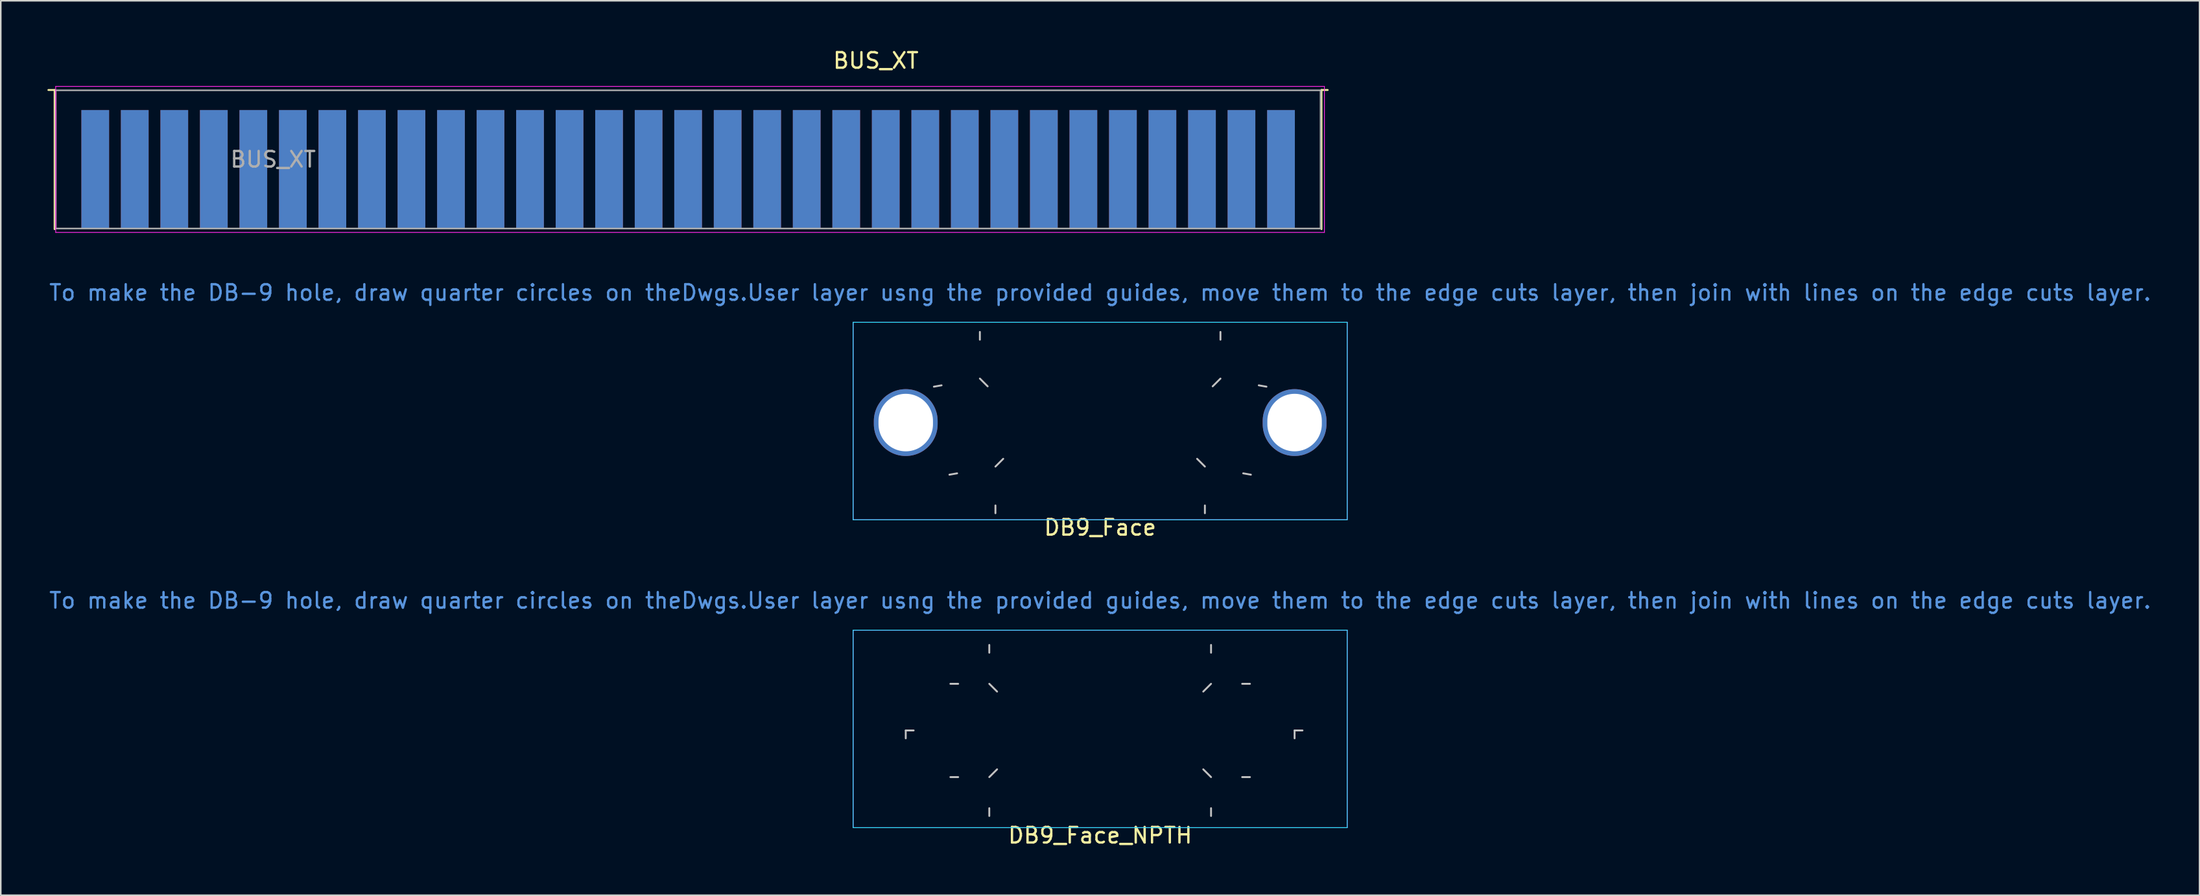
<source format=kicad_pcb>
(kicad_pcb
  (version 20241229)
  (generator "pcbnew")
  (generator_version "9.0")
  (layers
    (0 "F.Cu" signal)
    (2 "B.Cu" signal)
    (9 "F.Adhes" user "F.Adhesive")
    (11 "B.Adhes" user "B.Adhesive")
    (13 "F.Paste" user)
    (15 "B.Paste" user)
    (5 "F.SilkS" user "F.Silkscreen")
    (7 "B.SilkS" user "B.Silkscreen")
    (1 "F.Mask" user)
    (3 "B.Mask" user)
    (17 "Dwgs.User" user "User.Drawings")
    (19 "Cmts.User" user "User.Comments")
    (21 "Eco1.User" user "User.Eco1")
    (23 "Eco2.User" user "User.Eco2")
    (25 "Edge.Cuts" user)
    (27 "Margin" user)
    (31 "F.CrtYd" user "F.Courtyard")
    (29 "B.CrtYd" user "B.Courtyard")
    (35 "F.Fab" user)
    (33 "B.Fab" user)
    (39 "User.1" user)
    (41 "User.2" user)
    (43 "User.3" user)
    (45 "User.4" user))
  (footprint "DB9_Face_NPTH"
    (layer "F.Cu")
    (at 67.649 50.178)
    (property "Reference" "DB9_Face_NPTH" (at 0 0.5 0) (layer "F.SilkS") (effects (font (size 1 1) (thickness 0.15))))
    (attr through_hole)
    (fp_line (start -12.494 -6.55) (end -12.494 -5.95) (stroke (width 6.2) (type solid)) (layer "F.Mask"))
    (fp_line (start 12.494 -6.55) (end 12.494 -5.95) (stroke (width 6.2) (type solid)) (layer "F.Mask"))
    (fp_line (start -12.494 -6.25) (end -12.494 -5.742) (stroke (width 0.12) (type solid)) (layer "Dwgs.User"))
    (fp_line (start -12.494 -6.25) (end -11.986 -6.25) (stroke (width 0.12) (type solid)) (layer "Dwgs.User"))
    (fp_line (start -9.125 -9.25) (end -9.625 -9.25) (stroke (width 0.12) (type solid)) (layer "Dwgs.User"))
    (fp_line (start -9.125 -3.25) (end -9.625 -3.25) (stroke (width 0.12) (type solid)) (layer "Dwgs.User"))
    (fp_line (start -7.125 -11.25) (end -7.125 -11.75) (stroke (width 0.12) (type solid)) (layer "Dwgs.User"))
    (fp_line (start -7.125 -9.25) (end -6.625 -8.75) (stroke (width 0.12) (type solid)) (layer "Dwgs.User"))
    (fp_line (start -7.125 -3.25) (end -6.625 -3.75) (stroke (width 0.12) (type solid)) (layer "Dwgs.User"))
    (fp_line (start -7.125 -1.25) (end -7.125 -0.75) (stroke (width 0.12) (type solid)) (layer "Dwgs.User"))
    (fp_line (start 7.125 -11.25) (end 7.125 -11.75) (stroke (width 0.12) (type solid)) (layer "Dwgs.User"))
    (fp_line (start 7.125 -9.25) (end 6.625 -8.75) (stroke (width 0.12) (type solid)) (layer "Dwgs.User"))
    (fp_line (start 7.125 -3.25) (end 6.625 -3.75) (stroke (width 0.12) (type solid)) (layer "Dwgs.User"))
    (fp_line (start 7.125 -1.25) (end 7.125 -0.75) (stroke (width 0.12) (type solid)) (layer "Dwgs.User"))
    (fp_line (start 9.125 -9.25) (end 9.625 -9.25) (stroke (width 0.12) (type solid)) (layer "Dwgs.User"))
    (fp_line (start 9.125 -3.25) (end 9.625 -3.25) (stroke (width 0.12) (type solid)) (layer "Dwgs.User"))
    (fp_line (start 12.494 -6.25) (end 12.494 -5.742) (stroke (width 0.12) (type solid)) (layer "Dwgs.User"))
    (fp_line (start 12.494 -6.25) (end 13.002 -6.25) (stroke (width 0.12) (type solid)) (layer "Dwgs.User"))
    (fp_line (start -15.875 -12.7) (end 15.875 -12.7) (stroke (width 0.05) (type solid)) (layer "B.CrtYd"))
    (fp_line (start -15.875 0) (end -15.875 -12.7) (stroke (width 0.05) (type solid)) (layer "B.CrtYd"))
    (fp_line (start 15.875 -12.7) (end 15.875 0) (stroke (width 0.05) (type solid)) (layer "B.CrtYd"))
    (fp_line (start 15.875 0) (end -15.875 0) (stroke (width 0.05) (type solid)) (layer "B.CrtYd"))
    (fp_line (start -15.875 -12.7) (end 15.875 -12.7) (stroke (width 0.05) (type solid)) (layer "F.CrtYd"))
    (fp_line (start -15.875 0) (end -15.875 -12.7) (stroke (width 0.05) (type solid)) (layer "F.CrtYd"))
    (fp_line (start 15.875 -12.7) (end 15.875 0) (stroke (width 0.05) (type solid)) (layer "F.CrtYd"))
    (fp_line (start 15.875 0) (end -15.875 0) (stroke (width 0.05) (type solid)) (layer "F.CrtYd"))
    (fp_text user "To make the DB-9 hole, draw quarter circles on theDwgs.User layer usng the provided guides, move them to the edge cuts layer, then join with lines on the edge cuts layer." (at 0 -14.605 0) (layer "Cmts.User") (effects (font (size 1 1) (thickness 0.15)))))
  (footprint "BUS_XT"
    (layer "F.Cu")
    (at 79.27 7.838)
    (property "Reference" "BUS_XT" (at -26.035 -6.99 0) (layer "F.SilkS") (effects (font (size 1 1) (thickness 0.15))))
    (attr exclude_from_pos_files exclude_from_bom)
    (fp_line (start -78.81 -5.1) (end -79.21 -5.1) (stroke (width 0.12) (type solid)) (layer "F.SilkS"))
    (fp_line (start -78.81 3.85) (end -78.81 -5.1) (stroke (width 0.12) (type solid)) (layer "F.SilkS"))
    (fp_line (start 2.6 -5.1) (end 3 -5.1) (stroke (width 0.12) (type solid)) (layer "F.SilkS"))
    (fp_line (start 2.6 3.85) (end 2.6 -5.1) (stroke (width 0.12) (type solid)) (layer "F.SilkS"))
    (fp_line (start -78.74 -5.33) (end -78.74 4.06) (stroke (width 0.05) (type solid)) (layer "F.CrtYd"))
    (fp_line (start -78.74 -5.33) (end 2.79 -5.33) (stroke (width 0.05) (type solid)) (layer "F.CrtYd"))
    (fp_line (start 2.79 4.06) (end -78.74 4.06) (stroke (width 0.05) (type solid)) (layer "F.CrtYd"))
    (fp_line (start 2.79 4.06) (end 2.79 -5.33) (stroke (width 0.05) (type solid)) (layer "F.CrtYd"))
    (fp_line (start -78.74 -5.08) (end 2.54 -5.08) (stroke (width 0.1) (type solid)) (layer "F.Fab"))
    (fp_line (start -78.74 3.81) (end -78.74 -5.08) (stroke (width 0.1) (type solid)) (layer "F.Fab"))
    (fp_line (start -78.74 3.81) (end -78.74 -3.81) (stroke (width 0.1) (type solid)) (layer "F.Fab"))
    (fp_line (start 2.54 -5.08) (end 2.54 3.81) (stroke (width 0.1) (type solid)) (layer "F.Fab"))
    (fp_line (start 2.54 3.81) (end -78.74 3.81) (stroke (width 0.1) (type solid)) (layer "F.Fab"))
    (fp_text user "${REFERENCE}" (at -64.77 -0.635 0) (layer "F.Fab") (effects (font (size 1 1) (thickness 0.15))))
    (pad "1" connect rect (at 0 0) (size 1.78 7.62) (layers "B.Cu" "B.Mask"))
    (pad "2" connect rect (at -2.54 0) (size 1.78 7.62) (layers "B.Cu" "B.Mask"))
    (pad "3" connect rect (at -5.08 0) (size 1.78 7.62) (layers "B.Cu" "B.Mask"))
    (pad "4" connect rect (at -7.62 0) (size 1.78 7.62) (layers "B.Cu" "B.Mask"))
    (pad "5" connect rect (at -10.16 0) (size 1.78 7.62) (layers "B.Cu" "B.Mask"))
    (pad "6" connect rect (at -12.7 0) (size 1.78 7.62) (layers "B.Cu" "B.Mask"))
    (pad "7" connect rect (at -15.24 0) (size 1.78 7.62) (layers "B.Cu" "B.Mask"))
    (pad "8" connect rect (at -17.78 0) (size 1.78 7.62) (layers "B.Cu" "B.Mask"))
    (pad "9" connect rect (at -20.32 0) (size 1.78 7.62) (layers "B.Cu" "B.Mask"))
    (pad "10" connect rect (at -22.86 0) (size 1.78 7.62) (layers "B.Cu" "B.Mask"))
    (pad "11" connect rect (at -25.4 0) (size 1.78 7.62) (layers "B.Cu" "B.Mask"))
    (pad "12" connect rect (at -27.94 0) (size 1.78 7.62) (layers "B.Cu" "B.Mask"))
    (pad "13" connect rect (at -30.48 0) (size 1.78 7.62) (layers "B.Cu" "B.Mask"))
    (pad "14" connect rect (at -33.02 0) (size 1.78 7.62) (layers "B.Cu" "B.Mask"))
    (pad "15" connect rect (at -35.56 0) (size 1.78 7.62) (layers "B.Cu" "B.Mask"))
    (pad "16" connect rect (at -38.1 0) (size 1.78 7.62) (layers "B.Cu" "B.Mask"))
    (pad "17" connect rect (at -40.64 0) (size 1.78 7.62) (layers "B.Cu" "B.Mask"))
    (pad "18" connect rect (at -43.18 0) (size 1.78 7.62) (layers "B.Cu" "B.Mask"))
    (pad "19" connect rect (at -45.72 0) (size 1.78 7.62) (layers "B.Cu" "B.Mask"))
    (pad "20" connect rect (at -48.26 0) (size 1.78 7.62) (layers "B.Cu" "B.Mask"))
    (pad "21" connect rect (at -50.8 0) (size 1.78 7.62) (layers "B.Cu" "B.Mask"))
    (pad "22" connect rect (at -53.34 0) (size 1.78 7.62) (layers "B.Cu" "B.Mask"))
    (pad "23" connect rect (at -55.88 0) (size 1.78 7.62) (layers "B.Cu" "B.Mask"))
    (pad "24" connect rect (at -58.42 0) (size 1.78 7.62) (layers "B.Cu" "B.Mask"))
    (pad "25" connect rect (at -60.96 0) (size 1.78 7.62) (layers "B.Cu" "B.Mask"))
    (pad "26" connect rect (at -63.5 0) (size 1.78 7.62) (layers "B.Cu" "B.Mask"))
    (pad "27" connect rect (at -66.04 0) (size 1.78 7.62) (layers "B.Cu" "B.Mask"))
    (pad "28" connect rect (at -68.58 0) (size 1.78 7.62) (layers "B.Cu" "B.Mask"))
    (pad "29" connect rect (at -71.12 0) (size 1.78 7.62) (layers "B.Cu" "B.Mask"))
    (pad "30" connect rect (at -73.66 0) (size 1.78 7.62) (layers "B.Cu" "B.Mask"))
    (pad "31" connect rect (at -76.2 0) (size 1.78 7.62) (layers "B.Cu" "B.Mask"))
    (pad "32" connect rect (at 0 0) (size 1.78 7.62) (layers "F.Cu" "F.Mask"))
    (pad "33" connect rect (at -2.54 0) (size 1.78 7.62) (layers "F.Cu" "F.Mask"))
    (pad "34" connect rect (at -5.08 0) (size 1.78 7.62) (layers "F.Cu" "F.Mask"))
    (pad "35" connect rect (at -7.62 0) (size 1.78 7.62) (layers "F.Cu" "F.Mask"))
    (pad "36" connect rect (at -10.16 0) (size 1.78 7.62) (layers "F.Cu" "F.Mask"))
    (pad "37" connect rect (at -12.7 0) (size 1.78 7.62) (layers "F.Cu" "F.Mask"))
    (pad "38" connect rect (at -15.24 0) (size 1.78 7.62) (layers "F.Cu" "F.Mask"))
    (pad "39" connect rect (at -17.78 0) (size 1.78 7.62) (layers "F.Cu" "F.Mask"))
    (pad "40" connect rect (at -20.32 0) (size 1.78 7.62) (layers "F.Cu" "F.Mask"))
    (pad "41" connect rect (at -22.86 0) (size 1.78 7.62) (layers "F.Cu" "F.Mask"))
    (pad "42" connect rect (at -25.4 0) (size 1.78 7.62) (layers "F.Cu" "F.Mask"))
    (pad "43" connect rect (at -27.94 0) (size 1.78 7.62) (layers "F.Cu" "F.Mask"))
    (pad "44" connect rect (at -30.48 0) (size 1.78 7.62) (layers "F.Cu" "F.Mask"))
    (pad "45" connect rect (at -33.02 0) (size 1.78 7.62) (layers "F.Cu" "F.Mask"))
    (pad "46" connect rect (at -35.56 0) (size 1.78 7.62) (layers "F.Cu" "F.Mask"))
    (pad "47" connect rect (at -38.1 0) (size 1.78 7.62) (layers "F.Cu" "F.Mask"))
    (pad "48" connect rect (at -40.64 0) (size 1.78 7.62) (layers "F.Cu" "F.Mask"))
    (pad "49" connect rect (at -43.18 0) (size 1.78 7.62) (layers "F.Cu" "F.Mask"))
    (pad "50" connect rect (at -45.72 0) (size 1.78 7.62) (layers "F.Cu" "F.Mask"))
    (pad "51" connect rect (at -48.26 0) (size 1.78 7.62) (layers "F.Cu" "F.Mask"))
    (pad "52" connect rect (at -50.8 0) (size 1.78 7.62) (layers "F.Cu" "F.Mask"))
    (pad "53" connect rect (at -53.34 0) (size 1.78 7.62) (layers "F.Cu" "F.Mask"))
    (pad "54" connect rect (at -55.88 0) (size 1.78 7.62) (layers "F.Cu" "F.Mask"))
    (pad "55" connect rect (at -58.42 0) (size 1.78 7.62) (layers "F.Cu" "F.Mask"))
    (pad "56" connect rect (at -60.96 0) (size 1.78 7.62) (layers "F.Cu" "F.Mask"))
    (pad "57" connect rect (at -63.5 0) (size 1.78 7.62) (layers "F.Cu" "F.Mask"))
    (pad "58" connect rect (at -66.04 0) (size 1.78 7.62) (layers "F.Cu" "F.Mask"))
    (pad "59" connect rect (at -68.58 0) (size 1.78 7.62) (layers "F.Cu" "F.Mask"))
    (pad "60" connect rect (at -71.12 0) (size 1.78 7.62) (layers "F.Cu" "F.Mask"))
    (pad "61" connect rect (at -73.66 0) (size 1.78 7.62) (layers "F.Cu" "F.Mask"))
    (pad "62" connect rect (at -76.2 0) (size 1.78 7.62) (layers "F.Cu" "F.Mask")))
  (footprint "DB9_Face"
    (layer "F.Cu")
    (at 67.649 30.377)
    (property "Reference" "DB9_Face" (at 0 0.5 0) (layer "F.SilkS") (effects (font (size 1 1) (thickness 0.15))))
    (attr through_hole)
    (fp_line (start -12.494 -6.55) (end -12.494 -5.95) (stroke (width 6.2) (type solid)) (layer "F.Mask"))
    (fp_line (start 12.494 -6.55) (end 12.494 -5.95) (stroke (width 6.2) (type solid)) (layer "F.Mask"))
    (fp_line (start -10.192 -8.645) (end -10.686 -8.558) (stroke (width 0.12) (type solid)) (layer "Dwgs.User"))
    (fp_line (start -9.192 -2.985) (end -9.686 -2.898) (stroke (width 0.12) (type solid)) (layer "Dwgs.User"))
    (fp_line (start -7.73 -11.58) (end -7.73 -12.08) (stroke (width 0.12) (type solid)) (layer "Dwgs.User"))
    (fp_line (start -7.73 -9.08) (end -7.23 -8.58) (stroke (width 0.12) (type solid)) (layer "Dwgs.User"))
    (fp_line (start -6.73 -3.42) (end -6.23 -3.92) (stroke (width 0.12) (type solid)) (layer "Dwgs.User"))
    (fp_line (start -6.73 -0.92) (end -6.73 -0.42) (stroke (width 0.12) (type solid)) (layer "Dwgs.User"))
    (fp_line (start 6.73 -3.42) (end 6.23 -3.92) (stroke (width 0.12) (type solid)) (layer "Dwgs.User"))
    (fp_line (start 6.73 -0.92) (end 6.73 -0.42) (stroke (width 0.12) (type solid)) (layer "Dwgs.User"))
    (fp_line (start 7.73 -11.58) (end 7.73 -12.08) (stroke (width 0.12) (type solid)) (layer "Dwgs.User"))
    (fp_line (start 7.73 -9.08) (end 7.23 -8.58) (stroke (width 0.12) (type solid)) (layer "Dwgs.User"))
    (fp_line (start 9.192 -2.985) (end 9.686 -2.898) (stroke (width 0.12) (type solid)) (layer "Dwgs.User"))
    (fp_line (start 10.192 -8.645) (end 10.686 -8.558) (stroke (width 0.12) (type solid)) (layer "Dwgs.User"))
    (fp_line (start -15.875 -12.7) (end 15.875 -12.7) (stroke (width 0.05) (type solid)) (layer "B.CrtYd"))
    (fp_line (start -15.875 0) (end -15.875 -12.7) (stroke (width 0.05) (type solid)) (layer "B.CrtYd"))
    (fp_line (start 15.875 -12.7) (end 15.875 0) (stroke (width 0.05) (type solid)) (layer "B.CrtYd"))
    (fp_line (start 15.875 0) (end -15.875 0) (stroke (width 0.05) (type solid)) (layer "B.CrtYd"))
    (fp_line (start -15.875 -12.7) (end 15.875 -12.7) (stroke (width 0.05) (type solid)) (layer "F.CrtYd"))
    (fp_line (start -15.875 0) (end -15.875 -12.7) (stroke (width 0.05) (type solid)) (layer "F.CrtYd"))
    (fp_line (start 15.875 -12.7) (end 15.875 0) (stroke (width 0.05) (type solid)) (layer "F.CrtYd"))
    (fp_line (start 15.875 0) (end -15.875 0) (stroke (width 0.05) (type solid)) (layer "F.CrtYd"))
    (fp_text user "To make the DB-9 hole, draw quarter circles on theDwgs.User layer usng the provided guides, move them to the edge cuts layer, then join with lines on the edge cuts layer." (at 0 -14.605 0) (layer "Cmts.User") (effects (font (size 1 1) (thickness 0.15))))
    (pad "1" thru_hole oval (at -12.494 -6.25) (size 4.1 4.3) (drill oval 3.5 3.7) (layers "*.Cu" "*.Mask"))
    (pad "1" thru_hole oval (at 12.494 -6.25) (size 4.1 4.3) (drill oval 3.5 3.7) (layers "*.Cu" "*.Mask")))
  (gr_rect
    (start -3 -3)
    (end 138.298 54.526)
    (stroke (width 0.1) (type default))
    (fill no)
    (layer "Edge.Cuts")))
</source>
